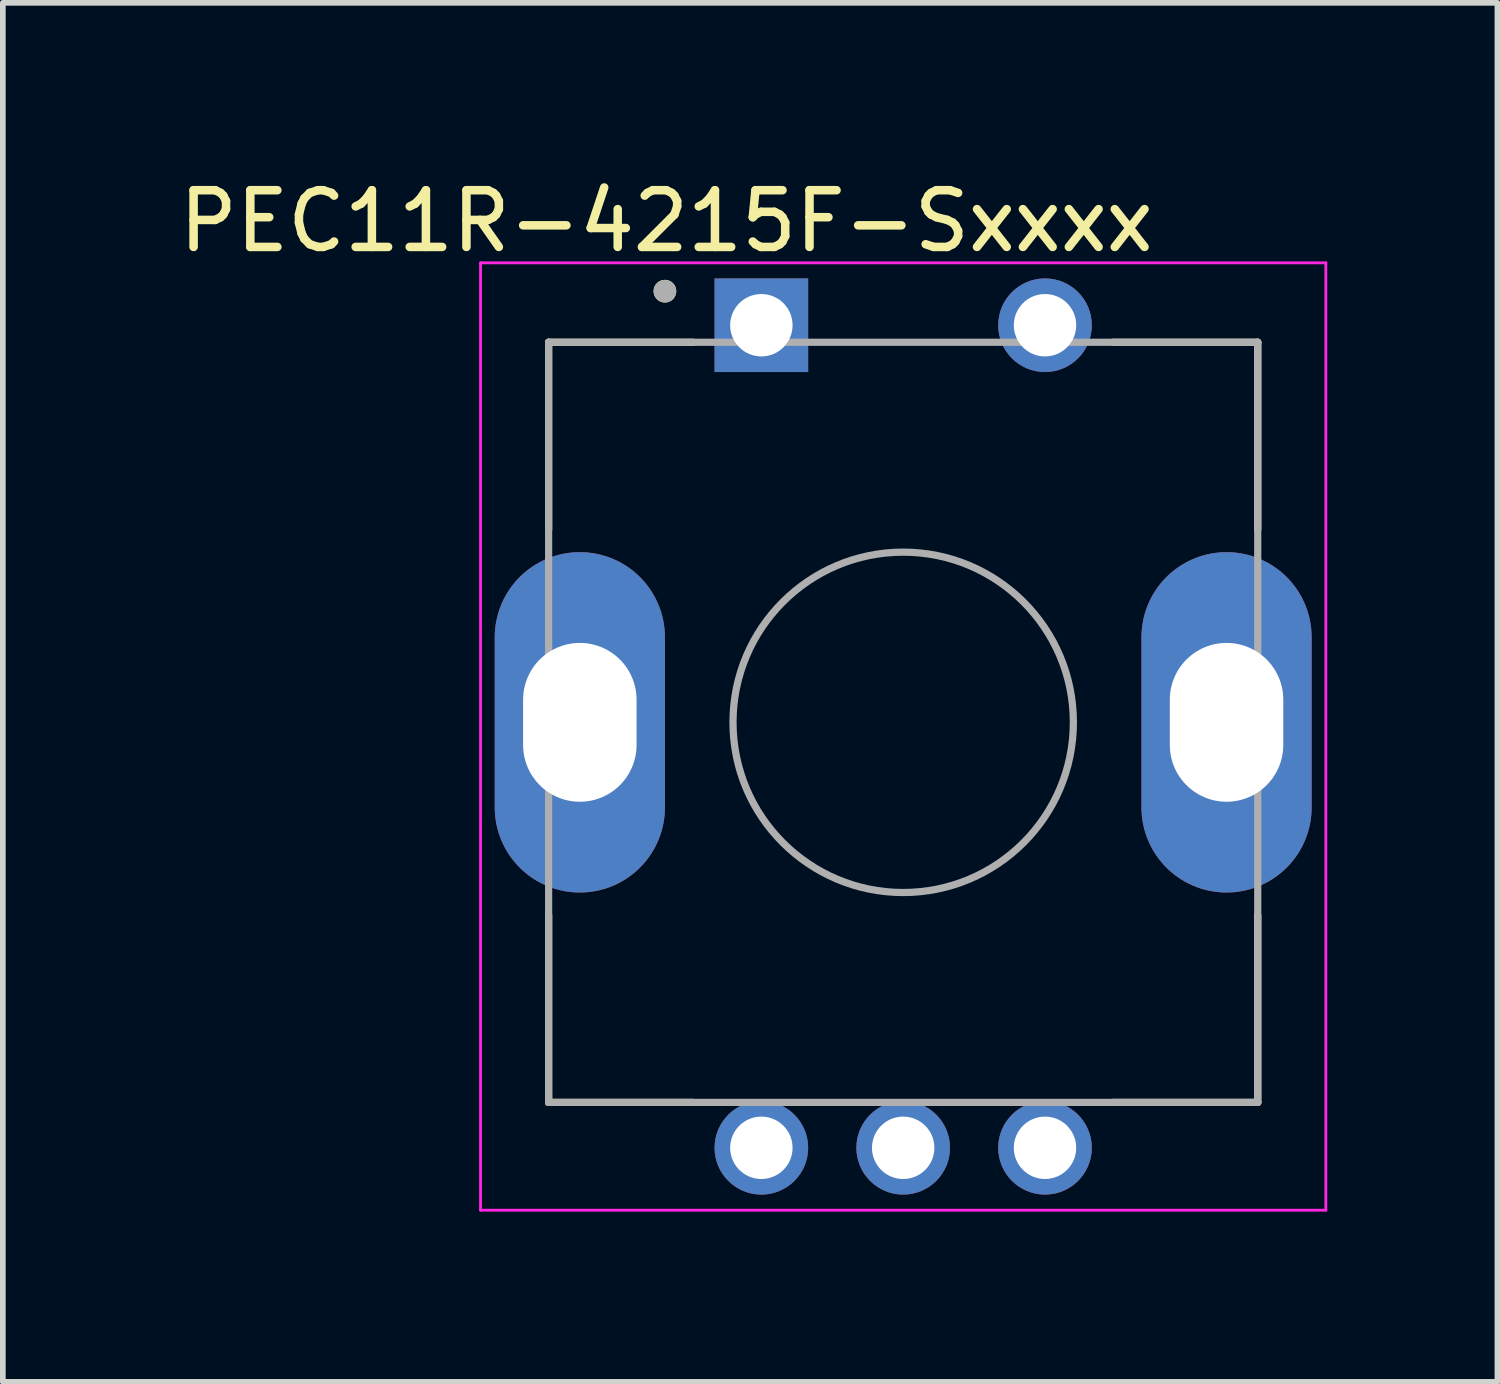
<source format=kicad_pcb>
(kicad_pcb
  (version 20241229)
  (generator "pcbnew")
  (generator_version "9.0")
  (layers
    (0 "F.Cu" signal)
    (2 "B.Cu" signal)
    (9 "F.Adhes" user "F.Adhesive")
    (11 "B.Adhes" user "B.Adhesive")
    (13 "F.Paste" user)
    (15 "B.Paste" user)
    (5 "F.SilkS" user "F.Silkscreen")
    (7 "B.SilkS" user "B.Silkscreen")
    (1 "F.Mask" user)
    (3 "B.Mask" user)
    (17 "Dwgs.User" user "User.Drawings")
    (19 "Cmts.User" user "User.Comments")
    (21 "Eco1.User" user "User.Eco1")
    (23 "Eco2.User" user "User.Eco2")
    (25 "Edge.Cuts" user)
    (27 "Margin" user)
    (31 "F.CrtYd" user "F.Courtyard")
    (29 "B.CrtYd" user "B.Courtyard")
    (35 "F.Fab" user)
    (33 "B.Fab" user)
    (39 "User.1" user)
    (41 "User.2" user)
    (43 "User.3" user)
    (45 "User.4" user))
  (footprint "PEC11R-4215F-Sxxxx"
    (layer "F.Cu")
    (at 12.871 9.683)
    (property "Reference" "PEC11R-4215F-Sxxxx" (at -4.175 -8.835 0) (layer "F.SilkS") (effects (font (size 1 1) (thickness 0.15))))
    (attr through_hole)
    (fp_line (start -6.25 -6.7) (end -3.7 -6.7) (stroke (width 0.127) (type solid)) (layer "F.SilkS"))
    (fp_line (start -6.25 -3.4) (end -6.25 -6.7) (stroke (width 0.127) (type solid)) (layer "F.SilkS"))
    (fp_line (start -6.25 3.4) (end -6.25 6.7) (stroke (width 0.127) (type solid)) (layer "F.SilkS"))
    (fp_line (start -6.25 6.7) (end -3.7 6.7) (stroke (width 0.127) (type solid)) (layer "F.SilkS"))
    (fp_line (start 3.7 -6.7) (end 6.25 -6.7) (stroke (width 0.127) (type solid)) (layer "F.SilkS"))
    (fp_line (start 3.7 6.7) (end 6.25 6.7) (stroke (width 0.127) (type solid)) (layer "F.SilkS"))
    (fp_line (start 6.25 -6.7) (end 6.25 -3.4) (stroke (width 0.127) (type solid)) (layer "F.SilkS"))
    (fp_line (start 6.25 6.7) (end 6.25 3.4) (stroke (width 0.127) (type solid)) (layer "F.SilkS"))
    (fp_circle (center -4.2 -7.6) (end -4.1 -7.6) (stroke (width 0.2) (type solid)) (fill no) (layer "F.SilkS"))
    (fp_line (start -7.45 -8.1) (end -7.45 8.6) (stroke (width 0.05) (type solid)) (layer "F.CrtYd"))
    (fp_line (start -7.45 8.6) (end 7.45 8.6) (stroke (width 0.05) (type solid)) (layer "F.CrtYd"))
    (fp_line (start 7.45 -8.1) (end -7.45 -8.1) (stroke (width 0.05) (type solid)) (layer "F.CrtYd"))
    (fp_line (start 7.45 8.6) (end 7.45 -8.1) (stroke (width 0.05) (type solid)) (layer "F.CrtYd"))
    (fp_line (start -6.25 -6.7) (end 6.25 -6.7) (stroke (width 0.127) (type solid)) (layer "F.Fab"))
    (fp_line (start -6.25 6.7) (end -6.25 -6.7) (stroke (width 0.127) (type solid)) (layer "F.Fab"))
    (fp_line (start 6.25 -6.7) (end 6.25 6.7) (stroke (width 0.127) (type solid)) (layer "F.Fab"))
    (fp_line (start 6.25 6.7) (end -6.25 6.7) (stroke (width 0.127) (type solid)) (layer "F.Fab"))
    (fp_circle (center -4.2 -7.6) (end -4.1 -7.6) (stroke (width 0.2) (type solid)) (fill no) (layer "F.Fab"))
    (fp_circle (center 0 0) (end 3 0) (stroke (width 0.127) (type solid)) (fill no) (layer "F.Fab"))
    (pad "A" thru_hole circle (at -2.5 7.5) (size 1.65 1.65) (drill 1.1) (layers "*.Cu" "*.Mask"))
    (pad "B" thru_hole circle (at 2.5 7.5) (size 1.65 1.65) (drill 1.1) (layers "*.Cu" "*.Mask"))
    (pad "C" thru_hole circle (at 0 7.5) (size 1.65 1.65) (drill 1.1) (layers "*.Cu" "*.Mask"))
    (pad "MP" thru_hole oval (at -5.7 0) (size 3 6) (drill oval 2 2.8) (layers "*.Cu" "*.Mask"))
    (pad "MP" thru_hole oval (at 5.7 0) (size 3 6) (drill oval 2 2.8) (layers "*.Cu" "*.Mask"))
    (pad "S1" thru_hole rect (at -2.5 -7) (size 1.65 1.65) (drill 1.1) (layers "*.Cu" "*.Mask"))
    (pad "S2" thru_hole circle (at 2.5 -7) (size 1.65 1.65) (drill 1.1) (layers "*.Cu" "*.Mask")))
  (gr_rect
    (start -3 -3)
    (end 23.346 21.308)
    (stroke (width 0.1) (type default))
    (fill no)
    (layer "Edge.Cuts")))
</source>
